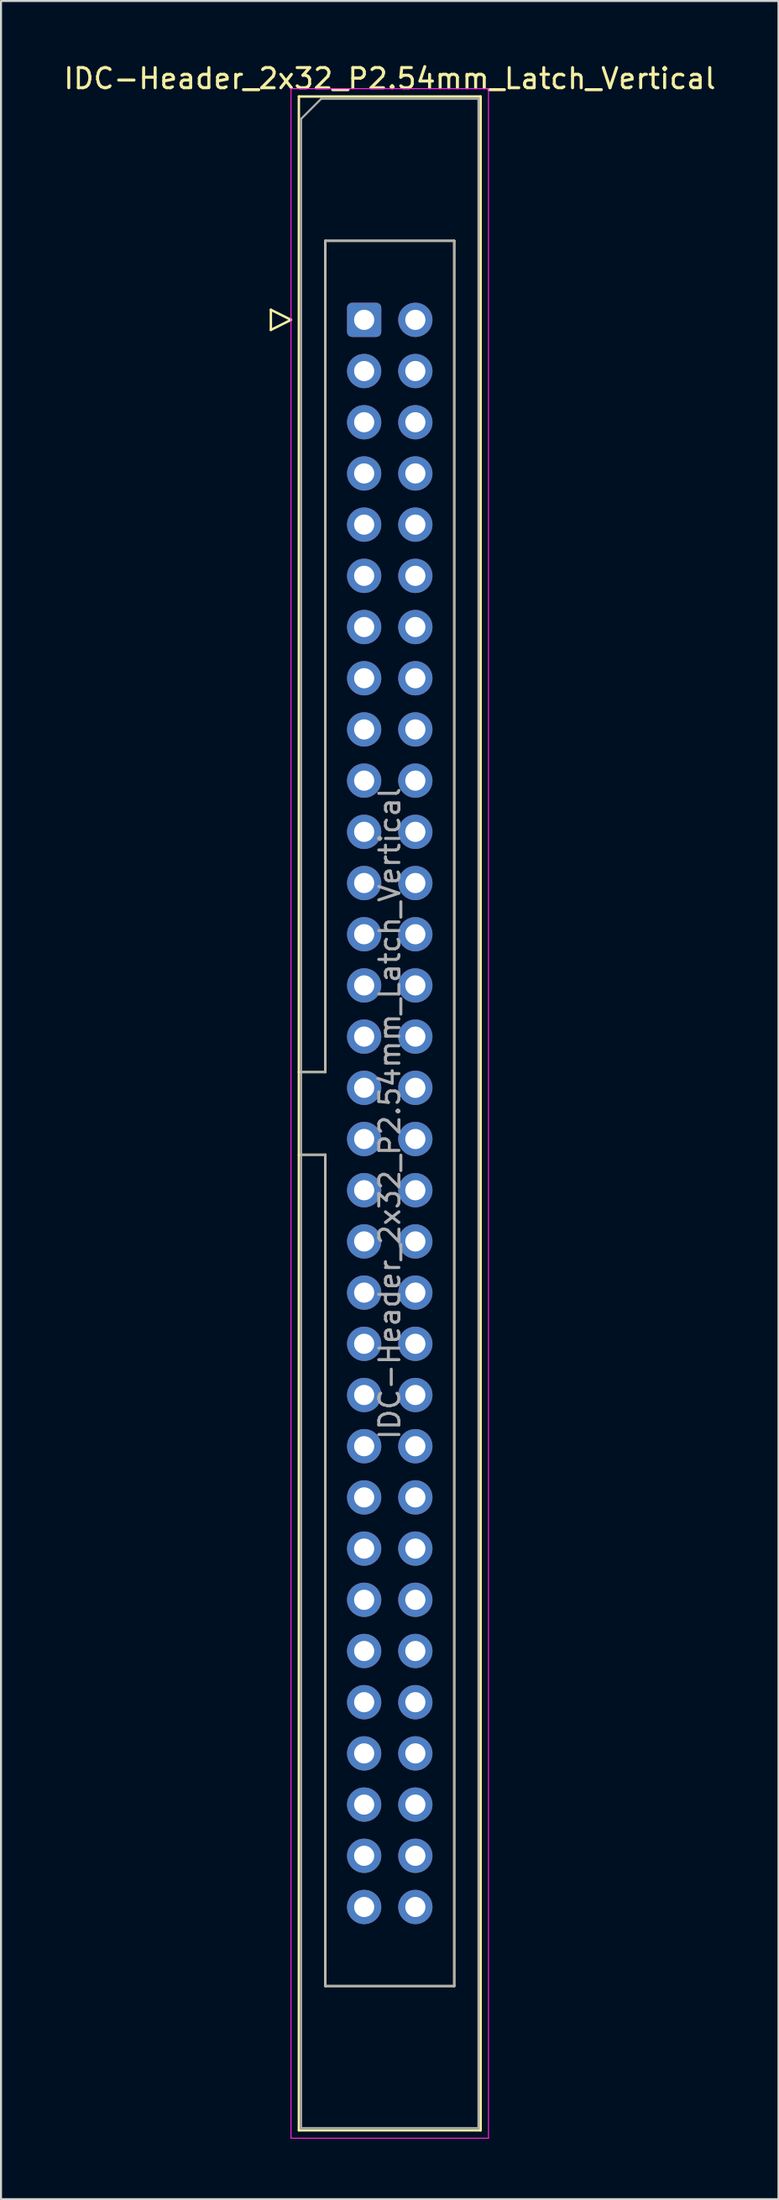
<source format=kicad_pcb>
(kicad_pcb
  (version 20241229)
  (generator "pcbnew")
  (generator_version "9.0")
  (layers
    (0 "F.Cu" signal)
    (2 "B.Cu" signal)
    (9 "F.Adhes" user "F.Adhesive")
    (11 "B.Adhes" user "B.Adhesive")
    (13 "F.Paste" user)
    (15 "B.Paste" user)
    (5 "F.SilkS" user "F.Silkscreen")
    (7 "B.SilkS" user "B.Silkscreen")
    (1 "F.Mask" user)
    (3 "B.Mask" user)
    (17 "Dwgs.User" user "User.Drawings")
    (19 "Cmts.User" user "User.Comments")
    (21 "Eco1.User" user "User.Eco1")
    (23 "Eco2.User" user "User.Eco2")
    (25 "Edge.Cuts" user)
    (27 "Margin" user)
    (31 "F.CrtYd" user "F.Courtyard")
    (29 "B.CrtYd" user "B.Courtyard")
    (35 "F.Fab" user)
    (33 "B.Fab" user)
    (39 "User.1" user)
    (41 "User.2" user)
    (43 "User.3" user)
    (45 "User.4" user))
  (footprint "IDC-Header_2x32_P2.54mm_Latch_Vertical"
    (layer "F.Cu")
    (at 15.022 12.818)
    (property "Reference" "IDC-Header_2x32_P2.54mm_Latch_Vertical" (at 1.27 -11.97 0) (layer "F.SilkS") (effects (font (size 1 1) (thickness 0.15))))
    (attr through_hole)
    (fp_line (start -4.63 -0.5) (end -4.63 0.5) (stroke (width 0.12) (type solid)) (layer "F.SilkS"))
    (fp_line (start -4.63 0.5) (end -3.63 0) (stroke (width 0.12) (type solid)) (layer "F.SilkS"))
    (fp_line (start -3.63 0) (end -4.63 -0.5) (stroke (width 0.12) (type solid)) (layer "F.SilkS"))
    (fp_line (start -3.24 -11.08) (end 5.78 -11.08) (stroke (width 0.12) (type solid)) (layer "F.SilkS"))
    (fp_line (start -3.24 37.32) (end -1.93 37.32) (stroke (width 0.12) (type solid)) (layer "F.SilkS"))
    (fp_line (start -3.24 89.82) (end -3.24 -11.08) (stroke (width 0.12) (type solid)) (layer "F.SilkS"))
    (fp_line (start -1.93 -3.92) (end 4.47 -3.92) (stroke (width 0.12) (type solid)) (layer "F.SilkS"))
    (fp_line (start -1.93 37.32) (end -1.93 -3.92) (stroke (width 0.12) (type solid)) (layer "F.SilkS"))
    (fp_line (start -1.93 41.42) (end -3.24 41.42) (stroke (width 0.12) (type solid)) (layer "F.SilkS"))
    (fp_line (start -1.93 41.42) (end -1.93 41.42) (stroke (width 0.12) (type solid)) (layer "F.SilkS"))
    (fp_line (start -1.93 82.66) (end -1.93 41.42) (stroke (width 0.12) (type solid)) (layer "F.SilkS"))
    (fp_line (start 4.47 -3.92) (end 4.47 82.66) (stroke (width 0.12) (type solid)) (layer "F.SilkS"))
    (fp_line (start 4.47 82.66) (end -1.93 82.66) (stroke (width 0.12) (type solid)) (layer "F.SilkS"))
    (fp_line (start 5.78 -11.08) (end 5.78 89.82) (stroke (width 0.12) (type solid)) (layer "F.SilkS"))
    (fp_line (start 5.78 89.82) (end -3.24 89.82) (stroke (width 0.12) (type solid)) (layer "F.SilkS"))
    (fp_line (start -3.63 -11.47) (end -3.63 90.21) (stroke (width 0.05) (type solid)) (layer "F.CrtYd"))
    (fp_line (start -3.63 90.21) (end 6.17 90.21) (stroke (width 0.05) (type solid)) (layer "F.CrtYd"))
    (fp_line (start 6.17 -11.47) (end -3.63 -11.47) (stroke (width 0.05) (type solid)) (layer "F.CrtYd"))
    (fp_line (start 6.17 90.21) (end 6.17 -11.47) (stroke (width 0.05) (type solid)) (layer "F.CrtYd"))
    (fp_line (start -3.13 -9.97) (end -2.13 -10.97) (stroke (width 0.1) (type solid)) (layer "F.Fab"))
    (fp_line (start -3.13 37.32) (end -1.93 37.32) (stroke (width 0.1) (type solid)) (layer "F.Fab"))
    (fp_line (start -3.13 89.71) (end -3.13 -9.97) (stroke (width 0.1) (type solid)) (layer "F.Fab"))
    (fp_line (start -2.13 -10.97) (end 5.67 -10.97) (stroke (width 0.1) (type solid)) (layer "F.Fab"))
    (fp_line (start -1.93 -3.92) (end 4.47 -3.92) (stroke (width 0.1) (type solid)) (layer "F.Fab"))
    (fp_line (start -1.93 37.32) (end -1.93 -3.92) (stroke (width 0.1) (type solid)) (layer "F.Fab"))
    (fp_line (start -1.93 41.42) (end -3.13 41.42) (stroke (width 0.1) (type solid)) (layer "F.Fab"))
    (fp_line (start -1.93 41.42) (end -1.93 41.42) (stroke (width 0.1) (type solid)) (layer "F.Fab"))
    (fp_line (start -1.93 82.66) (end -1.93 41.42) (stroke (width 0.1) (type solid)) (layer "F.Fab"))
    (fp_line (start 4.47 -3.92) (end 4.47 82.66) (stroke (width 0.1) (type solid)) (layer "F.Fab"))
    (fp_line (start 4.47 82.66) (end -1.93 82.66) (stroke (width 0.1) (type solid)) (layer "F.Fab"))
    (fp_line (start 5.67 -10.97) (end 5.67 89.71) (stroke (width 0.1) (type solid)) (layer "F.Fab"))
    (fp_line (start 5.67 89.71) (end -3.13 89.71) (stroke (width 0.1) (type solid)) (layer "F.Fab"))
    (fp_text user "${REFERENCE}" (at 1.27 39.37 90) (layer "F.Fab") (effects (font (size 1 1) (thickness 0.15))))
    (pad "1" thru_hole roundrect (at 0 0) (size 1.7 1.7) (drill 1) (layers "*.Cu" "*.Mask") (roundrect_rratio 0.147))
    (pad "2" thru_hole circle (at 2.54 0) (size 1.7 1.7) (drill 1) (layers "*.Cu" "*.Mask"))
    (pad "3" thru_hole circle (at 0 2.54) (size 1.7 1.7) (drill 1) (layers "*.Cu" "*.Mask"))
    (pad "4" thru_hole circle (at 2.54 2.54) (size 1.7 1.7) (drill 1) (layers "*.Cu" "*.Mask"))
    (pad "5" thru_hole circle (at 0 5.08) (size 1.7 1.7) (drill 1) (layers "*.Cu" "*.Mask"))
    (pad "6" thru_hole circle (at 2.54 5.08) (size 1.7 1.7) (drill 1) (layers "*.Cu" "*.Mask"))
    (pad "7" thru_hole circle (at 0 7.62) (size 1.7 1.7) (drill 1) (layers "*.Cu" "*.Mask"))
    (pad "8" thru_hole circle (at 2.54 7.62) (size 1.7 1.7) (drill 1) (layers "*.Cu" "*.Mask"))
    (pad "9" thru_hole circle (at 0 10.16) (size 1.7 1.7) (drill 1) (layers "*.Cu" "*.Mask"))
    (pad "10" thru_hole circle (at 2.54 10.16) (size 1.7 1.7) (drill 1) (layers "*.Cu" "*.Mask"))
    (pad "11" thru_hole circle (at 0 12.7) (size 1.7 1.7) (drill 1) (layers "*.Cu" "*.Mask"))
    (pad "12" thru_hole circle (at 2.54 12.7) (size 1.7 1.7) (drill 1) (layers "*.Cu" "*.Mask"))
    (pad "13" thru_hole circle (at 0 15.24) (size 1.7 1.7) (drill 1) (layers "*.Cu" "*.Mask"))
    (pad "14" thru_hole circle (at 2.54 15.24) (size 1.7 1.7) (drill 1) (layers "*.Cu" "*.Mask"))
    (pad "15" thru_hole circle (at 0 17.78) (size 1.7 1.7) (drill 1) (layers "*.Cu" "*.Mask"))
    (pad "16" thru_hole circle (at 2.54 17.78) (size 1.7 1.7) (drill 1) (layers "*.Cu" "*.Mask"))
    (pad "17" thru_hole circle (at 0 20.32) (size 1.7 1.7) (drill 1) (layers "*.Cu" "*.Mask"))
    (pad "18" thru_hole circle (at 2.54 20.32) (size 1.7 1.7) (drill 1) (layers "*.Cu" "*.Mask"))
    (pad "19" thru_hole circle (at 0 22.86) (size 1.7 1.7) (drill 1) (layers "*.Cu" "*.Mask"))
    (pad "20" thru_hole circle (at 2.54 22.86) (size 1.7 1.7) (drill 1) (layers "*.Cu" "*.Mask"))
    (pad "21" thru_hole circle (at 0 25.4) (size 1.7 1.7) (drill 1) (layers "*.Cu" "*.Mask"))
    (pad "22" thru_hole circle (at 2.54 25.4) (size 1.7 1.7) (drill 1) (layers "*.Cu" "*.Mask"))
    (pad "23" thru_hole circle (at 0 27.94) (size 1.7 1.7) (drill 1) (layers "*.Cu" "*.Mask"))
    (pad "24" thru_hole circle (at 2.54 27.94) (size 1.7 1.7) (drill 1) (layers "*.Cu" "*.Mask"))
    (pad "25" thru_hole circle (at 0 30.48) (size 1.7 1.7) (drill 1) (layers "*.Cu" "*.Mask"))
    (pad "26" thru_hole circle (at 2.54 30.48) (size 1.7 1.7) (drill 1) (layers "*.Cu" "*.Mask"))
    (pad "27" thru_hole circle (at 0 33.02) (size 1.7 1.7) (drill 1) (layers "*.Cu" "*.Mask"))
    (pad "28" thru_hole circle (at 2.54 33.02) (size 1.7 1.7) (drill 1) (layers "*.Cu" "*.Mask"))
    (pad "29" thru_hole circle (at 0 35.56) (size 1.7 1.7) (drill 1) (layers "*.Cu" "*.Mask"))
    (pad "30" thru_hole circle (at 2.54 35.56) (size 1.7 1.7) (drill 1) (layers "*.Cu" "*.Mask"))
    (pad "31" thru_hole circle (at 0 38.1) (size 1.7 1.7) (drill 1) (layers "*.Cu" "*.Mask"))
    (pad "32" thru_hole circle (at 2.54 38.1) (size 1.7 1.7) (drill 1) (layers "*.Cu" "*.Mask"))
    (pad "33" thru_hole circle (at 0 40.64) (size 1.7 1.7) (drill 1) (layers "*.Cu" "*.Mask"))
    (pad "34" thru_hole circle (at 2.54 40.64) (size 1.7 1.7) (drill 1) (layers "*.Cu" "*.Mask"))
    (pad "35" thru_hole circle (at 0 43.18) (size 1.7 1.7) (drill 1) (layers "*.Cu" "*.Mask"))
    (pad "36" thru_hole circle (at 2.54 43.18) (size 1.7 1.7) (drill 1) (layers "*.Cu" "*.Mask"))
    (pad "37" thru_hole circle (at 0 45.72) (size 1.7 1.7) (drill 1) (layers "*.Cu" "*.Mask"))
    (pad "38" thru_hole circle (at 2.54 45.72) (size 1.7 1.7) (drill 1) (layers "*.Cu" "*.Mask"))
    (pad "39" thru_hole circle (at 0 48.26) (size 1.7 1.7) (drill 1) (layers "*.Cu" "*.Mask"))
    (pad "40" thru_hole circle (at 2.54 48.26) (size 1.7 1.7) (drill 1) (layers "*.Cu" "*.Mask"))
    (pad "41" thru_hole circle (at 0 50.8) (size 1.7 1.7) (drill 1) (layers "*.Cu" "*.Mask"))
    (pad "42" thru_hole circle (at 2.54 50.8) (size 1.7 1.7) (drill 1) (layers "*.Cu" "*.Mask"))
    (pad "43" thru_hole circle (at 0 53.34) (size 1.7 1.7) (drill 1) (layers "*.Cu" "*.Mask"))
    (pad "44" thru_hole circle (at 2.54 53.34) (size 1.7 1.7) (drill 1) (layers "*.Cu" "*.Mask"))
    (pad "45" thru_hole circle (at 0 55.88) (size 1.7 1.7) (drill 1) (layers "*.Cu" "*.Mask"))
    (pad "46" thru_hole circle (at 2.54 55.88) (size 1.7 1.7) (drill 1) (layers "*.Cu" "*.Mask"))
    (pad "47" thru_hole circle (at 0 58.42) (size 1.7 1.7) (drill 1) (layers "*.Cu" "*.Mask"))
    (pad "48" thru_hole circle (at 2.54 58.42) (size 1.7 1.7) (drill 1) (layers "*.Cu" "*.Mask"))
    (pad "49" thru_hole circle (at 0 60.96) (size 1.7 1.7) (drill 1) (layers "*.Cu" "*.Mask"))
    (pad "50" thru_hole circle (at 2.54 60.96) (size 1.7 1.7) (drill 1) (layers "*.Cu" "*.Mask"))
    (pad "51" thru_hole circle (at 0 63.5) (size 1.7 1.7) (drill 1) (layers "*.Cu" "*.Mask"))
    (pad "52" thru_hole circle (at 2.54 63.5) (size 1.7 1.7) (drill 1) (layers "*.Cu" "*.Mask"))
    (pad "53" thru_hole circle (at 0 66.04) (size 1.7 1.7) (drill 1) (layers "*.Cu" "*.Mask"))
    (pad "54" thru_hole circle (at 2.54 66.04) (size 1.7 1.7) (drill 1) (layers "*.Cu" "*.Mask"))
    (pad "55" thru_hole circle (at 0 68.58) (size 1.7 1.7) (drill 1) (layers "*.Cu" "*.Mask"))
    (pad "56" thru_hole circle (at 2.54 68.58) (size 1.7 1.7) (drill 1) (layers "*.Cu" "*.Mask"))
    (pad "57" thru_hole circle (at 0 71.12) (size 1.7 1.7) (drill 1) (layers "*.Cu" "*.Mask"))
    (pad "58" thru_hole circle (at 2.54 71.12) (size 1.7 1.7) (drill 1) (layers "*.Cu" "*.Mask"))
    (pad "59" thru_hole circle (at 0 73.66) (size 1.7 1.7) (drill 1) (layers "*.Cu" "*.Mask"))
    (pad "60" thru_hole circle (at 2.54 73.66) (size 1.7 1.7) (drill 1) (layers "*.Cu" "*.Mask"))
    (pad "61" thru_hole circle (at 0 76.2) (size 1.7 1.7) (drill 1) (layers "*.Cu" "*.Mask"))
    (pad "62" thru_hole circle (at 2.54 76.2) (size 1.7 1.7) (drill 1) (layers "*.Cu" "*.Mask"))
    (pad "63" thru_hole circle (at 0 78.74) (size 1.7 1.7) (drill 1) (layers "*.Cu" "*.Mask"))
    (pad "64" thru_hole circle (at 2.54 78.74) (size 1.7 1.7) (drill 1) (layers "*.Cu" "*.Mask")))
  (gr_rect
    (start -3 -3)
    (end 35.583 106.053)
    (stroke (width 0.1) (type default))
    (fill no)
    (layer "Edge.Cuts")))
</source>
